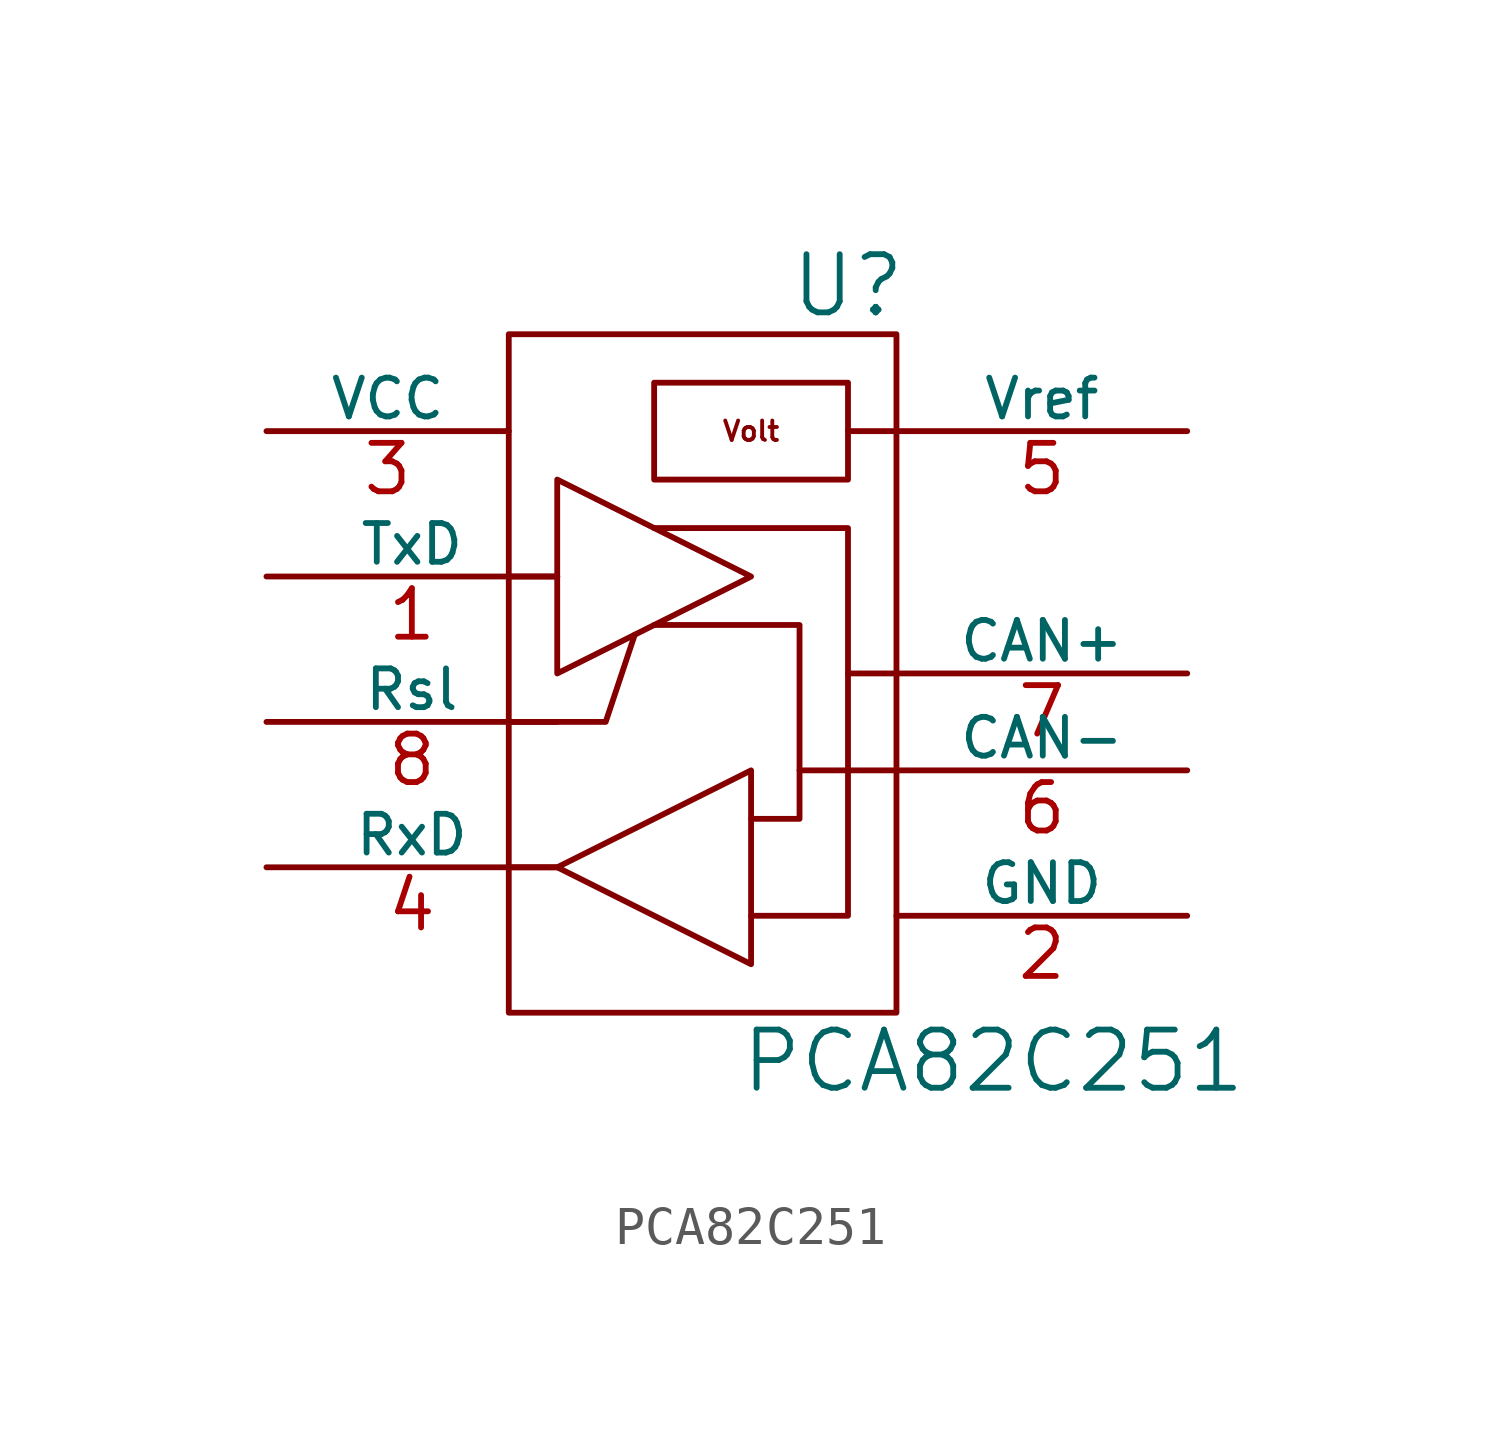
<source format=kicad_sym>
(kicad_symbol_lib
  (version 20241209)
  (generator "kicad_symbol_editor")
  (generator_version "9.0")
  (symbol "PCA82C251"
    (pin_names
      (offset 0))
    (property "Reference" "U"
      (at 3.81 11.43 0)
      (effects (font (size 1.524 1.524))))
    (property "Value" "PCA82C251"
      (at 7.62 -8.89 0)
      (effects (font (size 1.524 1.524))))
    (property "Footprint" ""
      (at 0 0 0)
      (effects (font (size 1.524 1.524))))
    (property "Datasheet" ""
      (at 0 0 0)
      (effects (font (size 1.524 1.524))))
    (symbol "PCA82C251_0_1"
      (rectangle (start -5.08 10.16) (end 5.08 -7.62) (stroke (width 0) (type default)) (fill (type none)))
      (polyline (pts (xy -5.08 0) (xy -2.54 0) (xy -1.778 2.286)) (stroke (width 0) (type default)) (fill (type none)))
      (polyline (pts (xy -3.81 5.08) (xy -3.81 1.27) (xy 1.27 3.81) (xy -3.81 6.35) (xy -3.81 5.08)) (stroke (width 0) (type default)) (fill (type none)))
      (polyline (pts (xy -3.81 3.81) (xy -5.08 3.81)) (stroke (width 0) (type default)) (fill (type none)))
      (polyline (pts (xy -3.81 -3.81) (xy -5.08 -3.81)) (stroke (width 0) (type default)) (fill (type none)))
      (polyline (pts (xy -3.81 -3.81) (xy 1.27 -1.27) (xy 1.27 -6.35) (xy -3.81 -3.81)) (stroke (width 0) (type default)) (fill (type none)))
      (polyline (pts (xy -1.27 8.89) (xy -1.27 6.35) (xy 3.81 6.35) (xy 3.81 8.89) (xy -1.27 8.89)) (stroke (width 0) (type default)) (fill (type none)))
      (polyline (pts (xy -1.27 5.08) (xy 3.81 5.08) (xy 3.81 -5.08) (xy 1.27 -5.08)) (stroke (width 0) (type default)) (fill (type none)))
      (polyline (pts (xy -1.27 2.54) (xy 2.54 2.54) (xy 2.54 -2.54) (xy 1.27 -2.54)) (stroke (width 0) (type default)) (fill (type none)))
      (polyline (pts (xy 2.54 -1.27) (xy 5.08 -1.27)) (stroke (width 0) (type default)) (fill (type none)))
      (polyline (pts (xy 3.81 7.62) (xy 5.08 7.62)) (stroke (width 0) (type default)) (fill (type none)))
      (polyline (pts (xy 3.81 1.27) (xy 5.08 1.27)) (stroke (width 0) (type default)) (fill (type none)))
      (text "Volt" (at 1.27 7.62 0) (effects (font (size 0.508 0.508) (bold yes)))))
    (symbol "PCA82C251_1_1"
      (pin power_in line (at -11.43 7.62 0) (length 6.35) (name "VCC" (effects (font (size 1.016 1.016)))) (number "3" (effects (font (size 1.27 1.27)))))
      (pin input line (at -11.43 3.81 0) (length 7.62) (name "TxD" (effects (font (size 1.016 1.016)))) (number "1" (effects (font (size 1.27 1.27)))))
      (pin input line (at -11.43 0 0) (length 7.62) (name "Rsl" (effects (font (size 1.016 1.016)))) (number "8" (effects (font (size 1.27 1.27)))))
      (pin output line (at -11.43 -3.81 0) (length 7.62) (name "RxD" (effects (font (size 1.016 1.016)))) (number "4" (effects (font (size 1.27 1.27)))))
      (pin output line (at 12.7 7.62 180) (length 7.62) (name "Vref" (effects (font (size 1.016 1.016)))) (number "5" (effects (font (size 1.27 1.27)))))
      (pin bidirectional line (at 12.7 1.27 180) (length 7.62) (name "CAN+" (effects (font (size 1.016 1.016)))) (number "7" (effects (font (size 1.27 1.27)))))
      (pin bidirectional line (at 12.7 -1.27 180) (length 7.62) (name "CAN-" (effects (font (size 1.016 1.016)))) (number "6" (effects (font (size 1.27 1.27)))))
      (pin power_in line (at 12.7 -5.08 180) (length 7.62) (name "GND" (effects (font (size 1.016 1.016)))) (number "2" (effects (font (size 1.27 1.27))))))))
</source>
